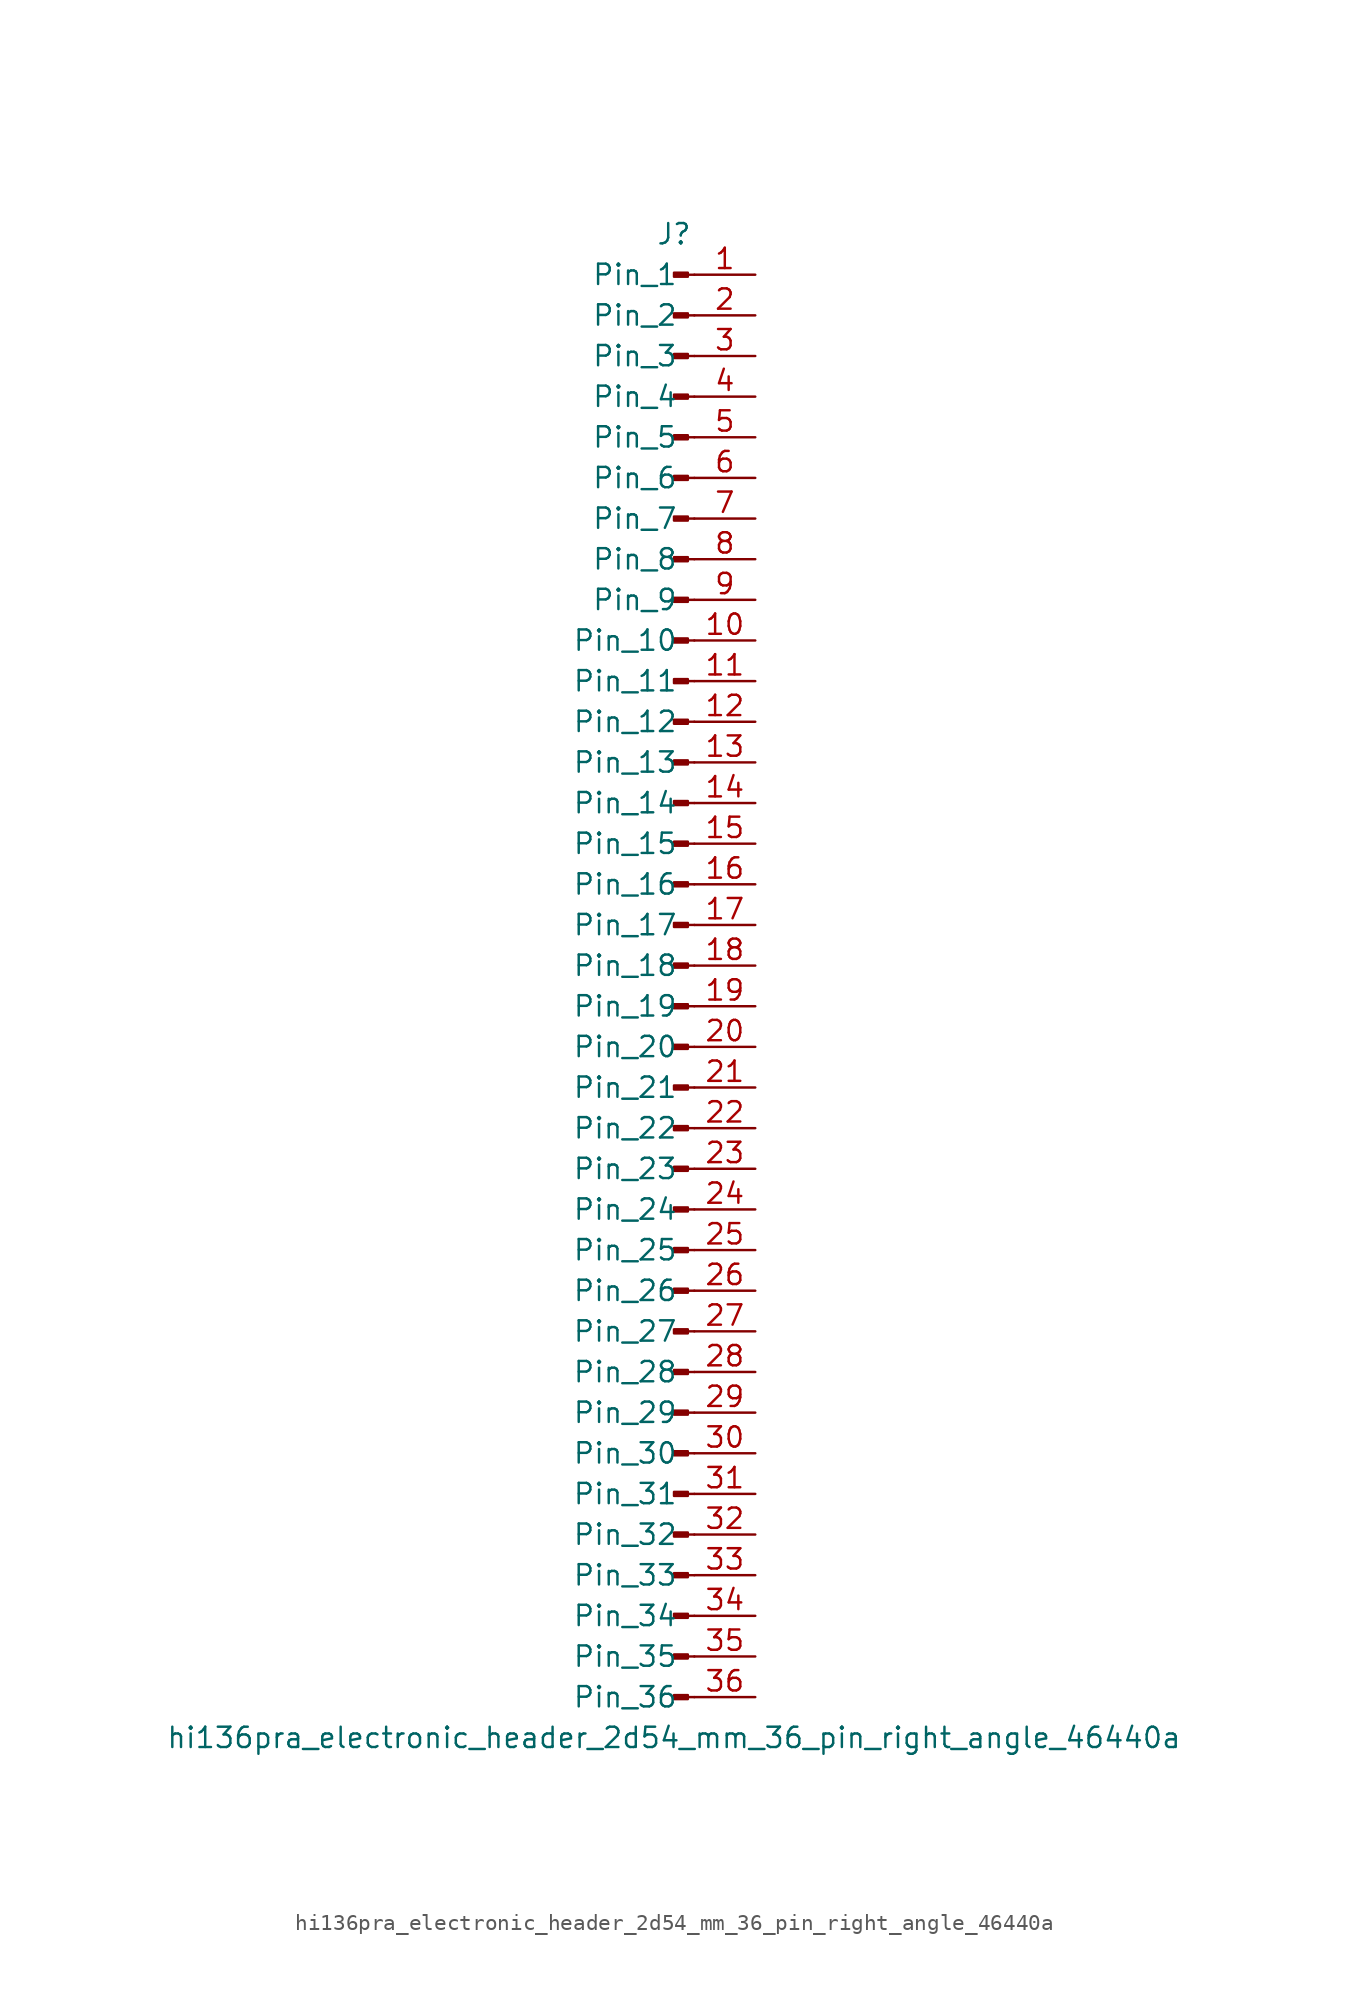
<source format=kicad_sym>
(kicad_symbol_lib
  (version 20220914)
  (generator kicad_symbol_editor)
  (symbol "hi136pra_electronic_header_2d54_mm_36_pin_right_angle_46440a"
    (pin_names
      (offset 1.016))
    (property "Reference" "J"
      (at 0 45.72 0)
      (effects (font (size 1.27 1.27))))
    (property "Value" "hi136pra_electronic_header_2d54_mm_36_pin_right_angle_46440a"
      (at 0 -48.26 0)
      (effects (font (size 1.27 1.27))))
    (property "ki_locked" ""
      (at 0 0 0)
      (effects (font (size 1.27 1.27))))
    (symbol "hi136pra_electronic_header_2d54_mm_36_pin_right_angle_46440a_1_1"
      (polyline (pts (xy 1.27 -45.72) (xy 0.864 -45.72)) (stroke (width 0.152) (type default)) (fill (type none)))
      (polyline (pts (xy 1.27 -43.18) (xy 0.864 -43.18)) (stroke (width 0.152) (type default)) (fill (type none)))
      (polyline (pts (xy 1.27 -40.64) (xy 0.864 -40.64)) (stroke (width 0.152) (type default)) (fill (type none)))
      (polyline (pts (xy 1.27 -38.1) (xy 0.864 -38.1)) (stroke (width 0.152) (type default)) (fill (type none)))
      (polyline (pts (xy 1.27 -35.56) (xy 0.864 -35.56)) (stroke (width 0.152) (type default)) (fill (type none)))
      (polyline (pts (xy 1.27 -33.02) (xy 0.864 -33.02)) (stroke (width 0.152) (type default)) (fill (type none)))
      (polyline (pts (xy 1.27 -30.48) (xy 0.864 -30.48)) (stroke (width 0.152) (type default)) (fill (type none)))
      (polyline (pts (xy 1.27 -27.94) (xy 0.864 -27.94)) (stroke (width 0.152) (type default)) (fill (type none)))
      (polyline (pts (xy 1.27 -25.4) (xy 0.864 -25.4)) (stroke (width 0.152) (type default)) (fill (type none)))
      (polyline (pts (xy 1.27 -22.86) (xy 0.864 -22.86)) (stroke (width 0.152) (type default)) (fill (type none)))
      (polyline (pts (xy 1.27 -20.32) (xy 0.864 -20.32)) (stroke (width 0.152) (type default)) (fill (type none)))
      (polyline (pts (xy 1.27 -17.78) (xy 0.864 -17.78)) (stroke (width 0.152) (type default)) (fill (type none)))
      (polyline (pts (xy 1.27 -15.24) (xy 0.864 -15.24)) (stroke (width 0.152) (type default)) (fill (type none)))
      (polyline (pts (xy 1.27 -12.7) (xy 0.864 -12.7)) (stroke (width 0.152) (type default)) (fill (type none)))
      (polyline (pts (xy 1.27 -10.16) (xy 0.864 -10.16)) (stroke (width 0.152) (type default)) (fill (type none)))
      (polyline (pts (xy 1.27 -7.62) (xy 0.864 -7.62)) (stroke (width 0.152) (type default)) (fill (type none)))
      (polyline (pts (xy 1.27 -5.08) (xy 0.864 -5.08)) (stroke (width 0.152) (type default)) (fill (type none)))
      (polyline (pts (xy 1.27 -2.54) (xy 0.864 -2.54)) (stroke (width 0.152) (type default)) (fill (type none)))
      (polyline (pts (xy 1.27 0) (xy 0.864 0)) (stroke (width 0.152) (type default)) (fill (type none)))
      (polyline (pts (xy 1.27 2.54) (xy 0.864 2.54)) (stroke (width 0.152) (type default)) (fill (type none)))
      (polyline (pts (xy 1.27 5.08) (xy 0.864 5.08)) (stroke (width 0.152) (type default)) (fill (type none)))
      (polyline (pts (xy 1.27 7.62) (xy 0.864 7.62)) (stroke (width 0.152) (type default)) (fill (type none)))
      (polyline (pts (xy 1.27 10.16) (xy 0.864 10.16)) (stroke (width 0.152) (type default)) (fill (type none)))
      (polyline (pts (xy 1.27 12.7) (xy 0.864 12.7)) (stroke (width 0.152) (type default)) (fill (type none)))
      (polyline (pts (xy 1.27 15.24) (xy 0.864 15.24)) (stroke (width 0.152) (type default)) (fill (type none)))
      (polyline (pts (xy 1.27 17.78) (xy 0.864 17.78)) (stroke (width 0.152) (type default)) (fill (type none)))
      (polyline (pts (xy 1.27 20.32) (xy 0.864 20.32)) (stroke (width 0.152) (type default)) (fill (type none)))
      (polyline (pts (xy 1.27 22.86) (xy 0.864 22.86)) (stroke (width 0.152) (type default)) (fill (type none)))
      (polyline (pts (xy 1.27 25.4) (xy 0.864 25.4)) (stroke (width 0.152) (type default)) (fill (type none)))
      (polyline (pts (xy 1.27 27.94) (xy 0.864 27.94)) (stroke (width 0.152) (type default)) (fill (type none)))
      (polyline (pts (xy 1.27 30.48) (xy 0.864 30.48)) (stroke (width 0.152) (type default)) (fill (type none)))
      (polyline (pts (xy 1.27 33.02) (xy 0.864 33.02)) (stroke (width 0.152) (type default)) (fill (type none)))
      (polyline (pts (xy 1.27 35.56) (xy 0.864 35.56)) (stroke (width 0.152) (type default)) (fill (type none)))
      (polyline (pts (xy 1.27 38.1) (xy 0.864 38.1)) (stroke (width 0.152) (type default)) (fill (type none)))
      (polyline (pts (xy 1.27 40.64) (xy 0.864 40.64)) (stroke (width 0.152) (type default)) (fill (type none)))
      (polyline (pts (xy 1.27 43.18) (xy 0.864 43.18)) (stroke (width 0.152) (type default)) (fill (type none)))
      (rectangle (start 0.864 -45.593) (end 0 -45.847) (stroke (width 0.152) (type default)) (fill (type outline)))
      (rectangle (start 0.864 -43.053) (end 0 -43.307) (stroke (width 0.152) (type default)) (fill (type outline)))
      (rectangle (start 0.864 -40.513) (end 0 -40.767) (stroke (width 0.152) (type default)) (fill (type outline)))
      (rectangle (start 0.864 -37.973) (end 0 -38.227) (stroke (width 0.152) (type default)) (fill (type outline)))
      (rectangle (start 0.864 -35.433) (end 0 -35.687) (stroke (width 0.152) (type default)) (fill (type outline)))
      (rectangle (start 0.864 -32.893) (end 0 -33.147) (stroke (width 0.152) (type default)) (fill (type outline)))
      (rectangle (start 0.864 -30.353) (end 0 -30.607) (stroke (width 0.152) (type default)) (fill (type outline)))
      (rectangle (start 0.864 -27.813) (end 0 -28.067) (stroke (width 0.152) (type default)) (fill (type outline)))
      (rectangle (start 0.864 -25.273) (end 0 -25.527) (stroke (width 0.152) (type default)) (fill (type outline)))
      (rectangle (start 0.864 -22.733) (end 0 -22.987) (stroke (width 0.152) (type default)) (fill (type outline)))
      (rectangle (start 0.864 -20.193) (end 0 -20.447) (stroke (width 0.152) (type default)) (fill (type outline)))
      (rectangle (start 0.864 -17.653) (end 0 -17.907) (stroke (width 0.152) (type default)) (fill (type outline)))
      (rectangle (start 0.864 -15.113) (end 0 -15.367) (stroke (width 0.152) (type default)) (fill (type outline)))
      (rectangle (start 0.864 -12.573) (end 0 -12.827) (stroke (width 0.152) (type default)) (fill (type outline)))
      (rectangle (start 0.864 -10.033) (end 0 -10.287) (stroke (width 0.152) (type default)) (fill (type outline)))
      (rectangle (start 0.864 -7.493) (end 0 -7.747) (stroke (width 0.152) (type default)) (fill (type outline)))
      (rectangle (start 0.864 -4.953) (end 0 -5.207) (stroke (width 0.152) (type default)) (fill (type outline)))
      (rectangle (start 0.864 -2.413) (end 0 -2.667) (stroke (width 0.152) (type default)) (fill (type outline)))
      (rectangle (start 0.864 0.127) (end 0 -0.127) (stroke (width 0.152) (type default)) (fill (type outline)))
      (rectangle (start 0.864 2.667) (end 0 2.413) (stroke (width 0.152) (type default)) (fill (type outline)))
      (rectangle (start 0.864 5.207) (end 0 4.953) (stroke (width 0.152) (type default)) (fill (type outline)))
      (rectangle (start 0.864 7.747) (end 0 7.493) (stroke (width 0.152) (type default)) (fill (type outline)))
      (rectangle (start 0.864 10.287) (end 0 10.033) (stroke (width 0.152) (type default)) (fill (type outline)))
      (rectangle (start 0.864 12.827) (end 0 12.573) (stroke (width 0.152) (type default)) (fill (type outline)))
      (rectangle (start 0.864 15.367) (end 0 15.113) (stroke (width 0.152) (type default)) (fill (type outline)))
      (rectangle (start 0.864 17.907) (end 0 17.653) (stroke (width 0.152) (type default)) (fill (type outline)))
      (rectangle (start 0.864 20.447) (end 0 20.193) (stroke (width 0.152) (type default)) (fill (type outline)))
      (rectangle (start 0.864 22.987) (end 0 22.733) (stroke (width 0.152) (type default)) (fill (type outline)))
      (rectangle (start 0.864 25.527) (end 0 25.273) (stroke (width 0.152) (type default)) (fill (type outline)))
      (rectangle (start 0.864 28.067) (end 0 27.813) (stroke (width 0.152) (type default)) (fill (type outline)))
      (rectangle (start 0.864 30.607) (end 0 30.353) (stroke (width 0.152) (type default)) (fill (type outline)))
      (rectangle (start 0.864 33.147) (end 0 32.893) (stroke (width 0.152) (type default)) (fill (type outline)))
      (rectangle (start 0.864 35.687) (end 0 35.433) (stroke (width 0.152) (type default)) (fill (type outline)))
      (rectangle (start 0.864 38.227) (end 0 37.973) (stroke (width 0.152) (type default)) (fill (type outline)))
      (rectangle (start 0.864 40.767) (end 0 40.513) (stroke (width 0.152) (type default)) (fill (type outline)))
      (rectangle (start 0.864 43.307) (end 0 43.053) (stroke (width 0.152) (type default)) (fill (type outline)))
      (pin passive line (at 5.08 43.18 180) (length 3.81) (name "Pin_1" (effects (font (size 1.27 1.27)))) (number "1" (effects (font (size 1.27 1.27)))))
      (pin passive line (at 5.08 20.32 180) (length 3.81) (name "Pin_10" (effects (font (size 1.27 1.27)))) (number "10" (effects (font (size 1.27 1.27)))))
      (pin passive line (at 5.08 17.78 180) (length 3.81) (name "Pin_11" (effects (font (size 1.27 1.27)))) (number "11" (effects (font (size 1.27 1.27)))))
      (pin passive line (at 5.08 15.24 180) (length 3.81) (name "Pin_12" (effects (font (size 1.27 1.27)))) (number "12" (effects (font (size 1.27 1.27)))))
      (pin passive line (at 5.08 12.7 180) (length 3.81) (name "Pin_13" (effects (font (size 1.27 1.27)))) (number "13" (effects (font (size 1.27 1.27)))))
      (pin passive line (at 5.08 10.16 180) (length 3.81) (name "Pin_14" (effects (font (size 1.27 1.27)))) (number "14" (effects (font (size 1.27 1.27)))))
      (pin passive line (at 5.08 7.62 180) (length 3.81) (name "Pin_15" (effects (font (size 1.27 1.27)))) (number "15" (effects (font (size 1.27 1.27)))))
      (pin passive line (at 5.08 5.08 180) (length 3.81) (name "Pin_16" (effects (font (size 1.27 1.27)))) (number "16" (effects (font (size 1.27 1.27)))))
      (pin passive line (at 5.08 2.54 180) (length 3.81) (name "Pin_17" (effects (font (size 1.27 1.27)))) (number "17" (effects (font (size 1.27 1.27)))))
      (pin passive line (at 5.08 0 180) (length 3.81) (name "Pin_18" (effects (font (size 1.27 1.27)))) (number "18" (effects (font (size 1.27 1.27)))))
      (pin passive line (at 5.08 -2.54 180) (length 3.81) (name "Pin_19" (effects (font (size 1.27 1.27)))) (number "19" (effects (font (size 1.27 1.27)))))
      (pin passive line (at 5.08 40.64 180) (length 3.81) (name "Pin_2" (effects (font (size 1.27 1.27)))) (number "2" (effects (font (size 1.27 1.27)))))
      (pin passive line (at 5.08 -5.08 180) (length 3.81) (name "Pin_20" (effects (font (size 1.27 1.27)))) (number "20" (effects (font (size 1.27 1.27)))))
      (pin passive line (at 5.08 -7.62 180) (length 3.81) (name "Pin_21" (effects (font (size 1.27 1.27)))) (number "21" (effects (font (size 1.27 1.27)))))
      (pin passive line (at 5.08 -10.16 180) (length 3.81) (name "Pin_22" (effects (font (size 1.27 1.27)))) (number "22" (effects (font (size 1.27 1.27)))))
      (pin passive line (at 5.08 -12.7 180) (length 3.81) (name "Pin_23" (effects (font (size 1.27 1.27)))) (number "23" (effects (font (size 1.27 1.27)))))
      (pin passive line (at 5.08 -15.24 180) (length 3.81) (name "Pin_24" (effects (font (size 1.27 1.27)))) (number "24" (effects (font (size 1.27 1.27)))))
      (pin passive line (at 5.08 -17.78 180) (length 3.81) (name "Pin_25" (effects (font (size 1.27 1.27)))) (number "25" (effects (font (size 1.27 1.27)))))
      (pin passive line (at 5.08 -20.32 180) (length 3.81) (name "Pin_26" (effects (font (size 1.27 1.27)))) (number "26" (effects (font (size 1.27 1.27)))))
      (pin passive line (at 5.08 -22.86 180) (length 3.81) (name "Pin_27" (effects (font (size 1.27 1.27)))) (number "27" (effects (font (size 1.27 1.27)))))
      (pin passive line (at 5.08 -25.4 180) (length 3.81) (name "Pin_28" (effects (font (size 1.27 1.27)))) (number "28" (effects (font (size 1.27 1.27)))))
      (pin passive line (at 5.08 -27.94 180) (length 3.81) (name "Pin_29" (effects (font (size 1.27 1.27)))) (number "29" (effects (font (size 1.27 1.27)))))
      (pin passive line (at 5.08 38.1 180) (length 3.81) (name "Pin_3" (effects (font (size 1.27 1.27)))) (number "3" (effects (font (size 1.27 1.27)))))
      (pin passive line (at 5.08 -30.48 180) (length 3.81) (name "Pin_30" (effects (font (size 1.27 1.27)))) (number "30" (effects (font (size 1.27 1.27)))))
      (pin passive line (at 5.08 -33.02 180) (length 3.81) (name "Pin_31" (effects (font (size 1.27 1.27)))) (number "31" (effects (font (size 1.27 1.27)))))
      (pin passive line (at 5.08 -35.56 180) (length 3.81) (name "Pin_32" (effects (font (size 1.27 1.27)))) (number "32" (effects (font (size 1.27 1.27)))))
      (pin passive line (at 5.08 -38.1 180) (length 3.81) (name "Pin_33" (effects (font (size 1.27 1.27)))) (number "33" (effects (font (size 1.27 1.27)))))
      (pin passive line (at 5.08 -40.64 180) (length 3.81) (name "Pin_34" (effects (font (size 1.27 1.27)))) (number "34" (effects (font (size 1.27 1.27)))))
      (pin passive line (at 5.08 -43.18 180) (length 3.81) (name "Pin_35" (effects (font (size 1.27 1.27)))) (number "35" (effects (font (size 1.27 1.27)))))
      (pin passive line (at 5.08 -45.72 180) (length 3.81) (name "Pin_36" (effects (font (size 1.27 1.27)))) (number "36" (effects (font (size 1.27 1.27)))))
      (pin passive line (at 5.08 35.56 180) (length 3.81) (name "Pin_4" (effects (font (size 1.27 1.27)))) (number "4" (effects (font (size 1.27 1.27)))))
      (pin passive line (at 5.08 33.02 180) (length 3.81) (name "Pin_5" (effects (font (size 1.27 1.27)))) (number "5" (effects (font (size 1.27 1.27)))))
      (pin passive line (at 5.08 30.48 180) (length 3.81) (name "Pin_6" (effects (font (size 1.27 1.27)))) (number "6" (effects (font (size 1.27 1.27)))))
      (pin passive line (at 5.08 27.94 180) (length 3.81) (name "Pin_7" (effects (font (size 1.27 1.27)))) (number "7" (effects (font (size 1.27 1.27)))))
      (pin passive line (at 5.08 25.4 180) (length 3.81) (name "Pin_8" (effects (font (size 1.27 1.27)))) (number "8" (effects (font (size 1.27 1.27)))))
      (pin passive line (at 5.08 22.86 180) (length 3.81) (name "Pin_9" (effects (font (size 1.27 1.27)))) (number "9" (effects (font (size 1.27 1.27))))))))
</source>
